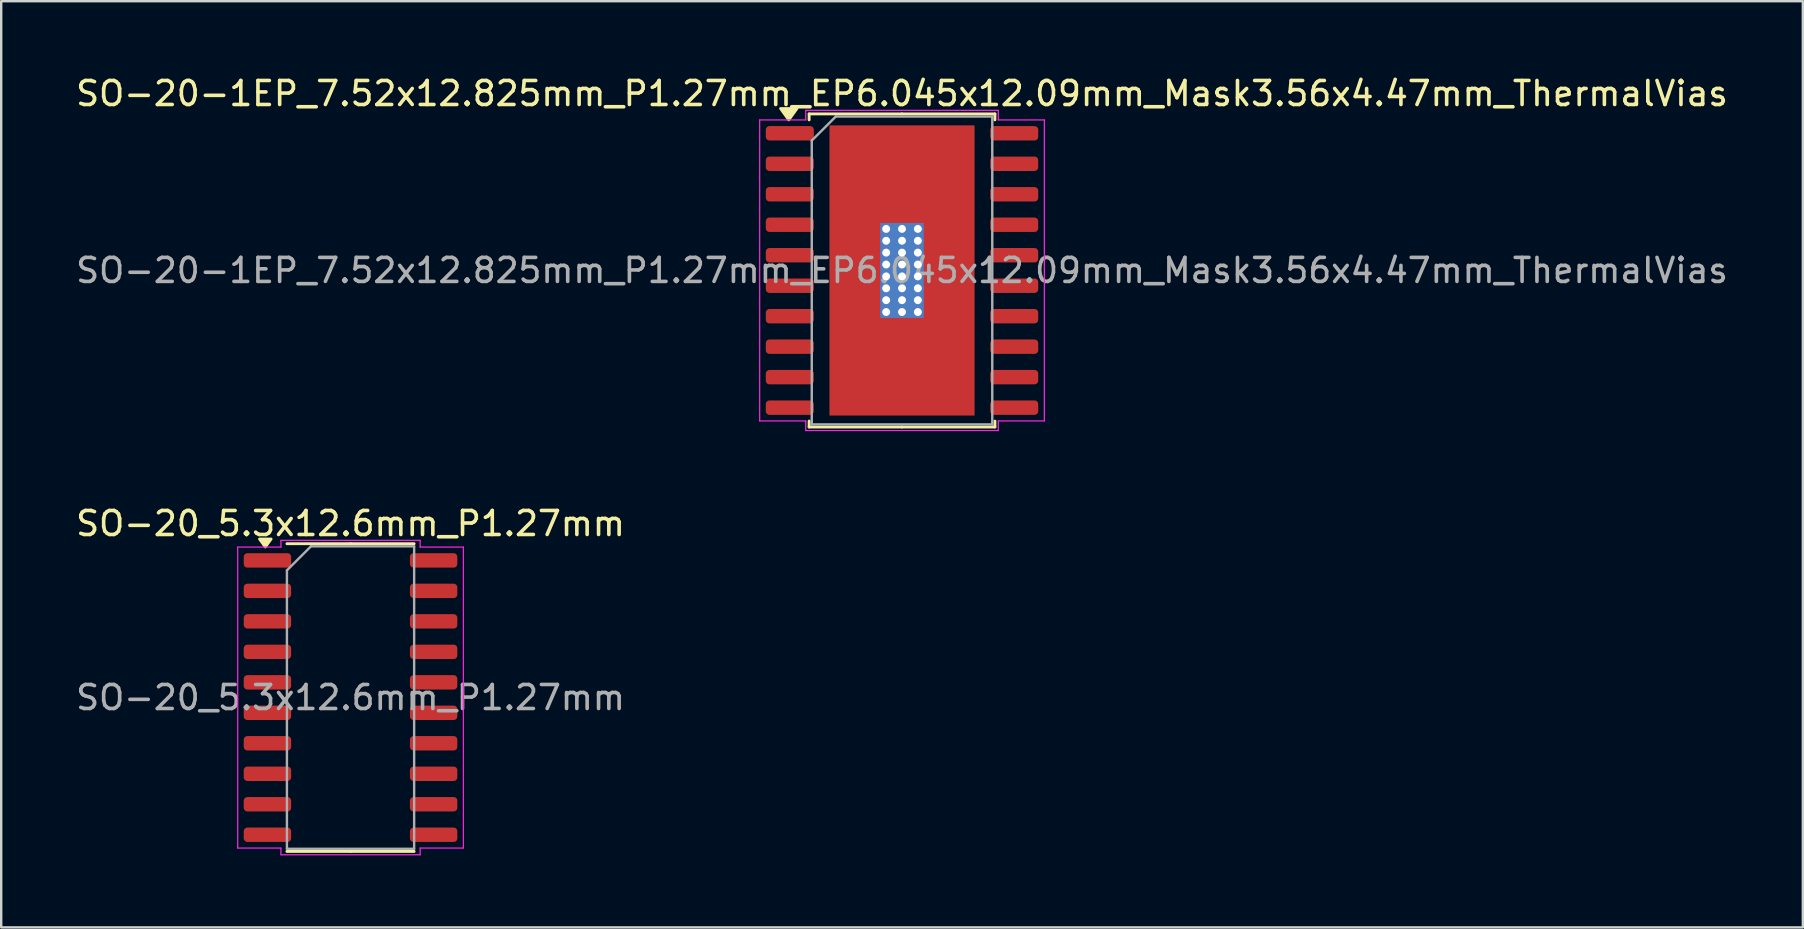
<source format=kicad_pcb>
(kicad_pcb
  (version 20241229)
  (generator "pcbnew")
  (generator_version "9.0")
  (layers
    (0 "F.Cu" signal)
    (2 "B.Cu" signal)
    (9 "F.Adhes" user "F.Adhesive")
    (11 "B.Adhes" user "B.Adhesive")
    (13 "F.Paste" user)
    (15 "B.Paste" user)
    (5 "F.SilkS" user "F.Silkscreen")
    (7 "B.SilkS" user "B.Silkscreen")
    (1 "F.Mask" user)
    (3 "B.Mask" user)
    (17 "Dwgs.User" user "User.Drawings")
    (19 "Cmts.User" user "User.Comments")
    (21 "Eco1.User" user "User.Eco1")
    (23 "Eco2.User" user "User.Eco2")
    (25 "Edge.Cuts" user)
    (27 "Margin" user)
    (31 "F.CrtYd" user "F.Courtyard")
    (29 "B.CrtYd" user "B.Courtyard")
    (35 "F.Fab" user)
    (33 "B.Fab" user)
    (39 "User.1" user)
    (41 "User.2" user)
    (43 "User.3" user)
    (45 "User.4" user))
  (footprint "SO-20-1EP_7.52x12.825mm_P1.27mm_EP6.045x12.09mm_Mask3.56x4.47mm_ThermalVias"
    (layer "F.Cu")
    (at 34.53 8.218)
    (property "Reference" "SO-20-1EP_7.52x12.825mm_P1.27mm_EP6.045x12.09mm_Mask3.56x4.47mm_ThermalVias" (at 0 -7.37 0) (layer "F.SilkS") (effects (font (size 1 1) (thickness 0.15))))
    (attr smd)
    (fp_line (start -3.87 -6.522) (end -3.87 -6.275) (stroke (width 0.12) (type solid)) (layer "F.SilkS"))
    (fp_line (start -3.87 6.522) (end -3.87 6.275) (stroke (width 0.12) (type solid)) (layer "F.SilkS"))
    (fp_line (start 0 -6.522) (end -3.87 -6.522) (stroke (width 0.12) (type solid)) (layer "F.SilkS"))
    (fp_line (start 0 -6.522) (end 3.87 -6.522) (stroke (width 0.12) (type solid)) (layer "F.SilkS"))
    (fp_line (start 0 6.522) (end -3.87 6.522) (stroke (width 0.12) (type solid)) (layer "F.SilkS"))
    (fp_line (start 0 6.522) (end 3.87 6.522) (stroke (width 0.12) (type solid)) (layer "F.SilkS"))
    (fp_line (start 3.87 -6.522) (end 3.87 -6.275) (stroke (width 0.12) (type solid)) (layer "F.SilkS"))
    (fp_line (start 3.87 6.522) (end 3.87 6.275) (stroke (width 0.12) (type solid)) (layer "F.SilkS"))
    (fp_poly (pts (xy -4.718 -6.275) (xy -5.058 -6.745) (xy -4.378 -6.745)) (stroke (width 0.12) (type solid)) (fill yes) (layer "F.SilkS"))
    (fp_line (start -5.93 -6.27) (end -4.01 -6.27) (stroke (width 0.05) (type solid)) (layer "F.CrtYd"))
    (fp_line (start -5.93 6.27) (end -5.93 -6.27) (stroke (width 0.05) (type solid)) (layer "F.CrtYd"))
    (fp_line (start -4.01 -6.67) (end 4.01 -6.67) (stroke (width 0.05) (type solid)) (layer "F.CrtYd"))
    (fp_line (start -4.01 -6.27) (end -4.01 -6.67) (stroke (width 0.05) (type solid)) (layer "F.CrtYd"))
    (fp_line (start -4.01 6.27) (end -5.93 6.27) (stroke (width 0.05) (type solid)) (layer "F.CrtYd"))
    (fp_line (start -4.01 6.67) (end -4.01 6.27) (stroke (width 0.05) (type solid)) (layer "F.CrtYd"))
    (fp_line (start 4.01 -6.67) (end 4.01 -6.27) (stroke (width 0.05) (type solid)) (layer "F.CrtYd"))
    (fp_line (start 4.01 -6.27) (end 5.93 -6.27) (stroke (width 0.05) (type solid)) (layer "F.CrtYd"))
    (fp_line (start 4.01 6.27) (end 4.01 6.67) (stroke (width 0.05) (type solid)) (layer "F.CrtYd"))
    (fp_line (start 4.01 6.67) (end -4.01 6.67) (stroke (width 0.05) (type solid)) (layer "F.CrtYd"))
    (fp_line (start 5.93 -6.27) (end 5.93 6.27) (stroke (width 0.05) (type solid)) (layer "F.CrtYd"))
    (fp_line (start 5.93 6.27) (end 4.01 6.27) (stroke (width 0.05) (type solid)) (layer "F.CrtYd"))
    (fp_line (start -3.76 -5.412) (end -2.76 -6.412) (stroke (width 0.1) (type solid)) (layer "F.Fab"))
    (fp_line (start -3.76 6.412) (end -3.76 -5.412) (stroke (width 0.1) (type solid)) (layer "F.Fab"))
    (fp_line (start -2.76 -6.412) (end 3.76 -6.412) (stroke (width 0.1) (type solid)) (layer "F.Fab"))
    (fp_line (start 3.76 -6.412) (end 3.76 6.412) (stroke (width 0.1) (type solid)) (layer "F.Fab"))
    (fp_line (start 3.76 6.412) (end -3.76 6.412) (stroke (width 0.1) (type solid)) (layer "F.Fab"))
    (fp_text user "${REFERENCE}" (at 0 0 0) (layer "F.Fab") (effects (font (size 1 1) (thickness 0.15))))
    (pad "" smd roundrect (at -0.89 -1.115) (size 1.54 1.94) (layers "F.Paste") (roundrect_rratio 0.162))
    (pad "" smd roundrect (at -0.89 1.115) (size 1.54 1.94) (layers "F.Paste") (roundrect_rratio 0.162))
    (pad "" smd rect (at 0 0) (size 3.56 4.47) (layers "F.Mask"))
    (pad "" smd roundrect (at 0.89 -1.115) (size 1.54 1.94) (layers "F.Paste") (roundrect_rratio 0.162))
    (pad "" smd roundrect (at 0.89 1.115) (size 1.54 1.94) (layers "F.Paste") (roundrect_rratio 0.162))
    (pad "1" smd roundrect (at -4.675 -5.715) (size 2 0.6) (layers "F.Cu" "F.Mask" "F.Paste") (roundrect_rratio 0.25))
    (pad "2" smd roundrect (at -4.675 -4.445) (size 2 0.6) (layers "F.Cu" "F.Mask" "F.Paste") (roundrect_rratio 0.25))
    (pad "3" smd roundrect (at -4.675 -3.175) (size 2 0.6) (layers "F.Cu" "F.Mask" "F.Paste") (roundrect_rratio 0.25))
    (pad "4" smd roundrect (at -4.675 -1.905) (size 2 0.6) (layers "F.Cu" "F.Mask" "F.Paste") (roundrect_rratio 0.25))
    (pad "5" smd roundrect (at -4.675 -0.635) (size 2 0.6) (layers "F.Cu" "F.Mask" "F.Paste") (roundrect_rratio 0.25))
    (pad "6" smd roundrect (at -4.675 0.635) (size 2 0.6) (layers "F.Cu" "F.Mask" "F.Paste") (roundrect_rratio 0.25))
    (pad "7" smd roundrect (at -4.675 1.905) (size 2 0.6) (layers "F.Cu" "F.Mask" "F.Paste") (roundrect_rratio 0.25))
    (pad "8" smd roundrect (at -4.675 3.175) (size 2 0.6) (layers "F.Cu" "F.Mask" "F.Paste") (roundrect_rratio 0.25))
    (pad "9" smd roundrect (at -4.675 4.445) (size 2 0.6) (layers "F.Cu" "F.Mask" "F.Paste") (roundrect_rratio 0.25))
    (pad "10" smd roundrect (at -4.675 5.715) (size 2 0.6) (layers "F.Cu" "F.Mask" "F.Paste") (roundrect_rratio 0.25))
    (pad "11" smd roundrect (at 4.675 5.715) (size 2 0.6) (layers "F.Cu" "F.Mask" "F.Paste") (roundrect_rratio 0.25))
    (pad "12" smd roundrect (at 4.675 4.445) (size 2 0.6) (layers "F.Cu" "F.Mask" "F.Paste") (roundrect_rratio 0.25))
    (pad "13" smd roundrect (at 4.675 3.175) (size 2 0.6) (layers "F.Cu" "F.Mask" "F.Paste") (roundrect_rratio 0.25))
    (pad "14" smd roundrect (at 4.675 1.905) (size 2 0.6) (layers "F.Cu" "F.Mask" "F.Paste") (roundrect_rratio 0.25))
    (pad "15" smd roundrect (at 4.675 0.635) (size 2 0.6) (layers "F.Cu" "F.Mask" "F.Paste") (roundrect_rratio 0.25))
    (pad "16" smd roundrect (at 4.675 -0.635) (size 2 0.6) (layers "F.Cu" "F.Mask" "F.Paste") (roundrect_rratio 0.25))
    (pad "17" smd roundrect (at 4.675 -1.905) (size 2 0.6) (layers "F.Cu" "F.Mask" "F.Paste") (roundrect_rratio 0.25))
    (pad "18" smd roundrect (at 4.675 -3.175) (size 2 0.6) (layers "F.Cu" "F.Mask" "F.Paste") (roundrect_rratio 0.25))
    (pad "19" smd roundrect (at 4.675 -4.445) (size 2 0.6) (layers "F.Cu" "F.Mask" "F.Paste") (roundrect_rratio 0.25))
    (pad "20" smd roundrect (at 4.675 -5.715) (size 2 0.6) (layers "F.Cu" "F.Mask" "F.Paste") (roundrect_rratio 0.25))
    (pad "21" thru_hole circle (at -0.66 -1.732) (size 0.49 0.49) (drill 0.33) (property pad_prop_heatsink) (layers "*.Cu"))
    (pad "21" thru_hole circle (at -0.66 -1.238) (size 0.49 0.49) (drill 0.33) (property pad_prop_heatsink) (layers "*.Cu"))
    (pad "21" thru_hole circle (at -0.66 -0.743) (size 0.49 0.49) (drill 0.33) (property pad_prop_heatsink) (layers "*.Cu"))
    (pad "21" thru_hole circle (at -0.66 -0.247) (size 0.49 0.49) (drill 0.33) (property pad_prop_heatsink) (layers "*.Cu"))
    (pad "21" thru_hole circle (at -0.66 0.247) (size 0.49 0.49) (drill 0.33) (property pad_prop_heatsink) (layers "*.Cu"))
    (pad "21" thru_hole circle (at -0.66 0.743) (size 0.49 0.49) (drill 0.33) (property pad_prop_heatsink) (layers "*.Cu"))
    (pad "21" thru_hole circle (at -0.66 1.238) (size 0.49 0.49) (drill 0.33) (property pad_prop_heatsink) (layers "*.Cu"))
    (pad "21" thru_hole circle (at -0.66 1.732) (size 0.49 0.49) (drill 0.33) (property pad_prop_heatsink) (layers "*.Cu"))
    (pad "21" thru_hole circle (at 0 -1.732) (size 0.49 0.49) (drill 0.33) (property pad_prop_heatsink) (layers "*.Cu"))
    (pad "21" thru_hole circle (at 0 -1.238) (size 0.49 0.49) (drill 0.33) (property pad_prop_heatsink) (layers "*.Cu"))
    (pad "21" thru_hole circle (at 0 -0.743) (size 0.49 0.49) (drill 0.33) (property pad_prop_heatsink) (layers "*.Cu"))
    (pad "21" thru_hole circle (at 0 -0.247) (size 0.49 0.49) (drill 0.33) (property pad_prop_heatsink) (layers "*.Cu"))
    (pad "21" smd rect (at 0 0) (size 1.81 3.955) (property pad_prop_heatsink) (layers "B.Cu"))
    (pad "21" smd rect (at 0 0) (size 6.045 12.09) (property pad_prop_heatsink) (layers "F.Cu"))
    (pad "21" thru_hole circle (at 0 0.247) (size 0.49 0.49) (drill 0.33) (property pad_prop_heatsink) (layers "*.Cu"))
    (pad "21" thru_hole circle (at 0 0.743) (size 0.49 0.49) (drill 0.33) (property pad_prop_heatsink) (layers "*.Cu"))
    (pad "21" thru_hole circle (at 0 1.238) (size 0.49 0.49) (drill 0.33) (property pad_prop_heatsink) (layers "*.Cu"))
    (pad "21" thru_hole circle (at 0 1.732) (size 0.49 0.49) (drill 0.33) (property pad_prop_heatsink) (layers "*.Cu"))
    (pad "21" thru_hole circle (at 0.66 -1.732) (size 0.49 0.49) (drill 0.33) (property pad_prop_heatsink) (layers "*.Cu"))
    (pad "21" thru_hole circle (at 0.66 -1.238) (size 0.49 0.49) (drill 0.33) (property pad_prop_heatsink) (layers "*.Cu"))
    (pad "21" thru_hole circle (at 0.66 -0.743) (size 0.49 0.49) (drill 0.33) (property pad_prop_heatsink) (layers "*.Cu"))
    (pad "21" thru_hole circle (at 0.66 -0.247) (size 0.49 0.49) (drill 0.33) (property pad_prop_heatsink) (layers "*.Cu"))
    (pad "21" thru_hole circle (at 0.66 0.247) (size 0.49 0.49) (drill 0.33) (property pad_prop_heatsink) (layers "*.Cu"))
    (pad "21" thru_hole circle (at 0.66 0.743) (size 0.49 0.49) (drill 0.33) (property pad_prop_heatsink) (layers "*.Cu"))
    (pad "21" thru_hole circle (at 0.66 1.238) (size 0.49 0.49) (drill 0.33) (property pad_prop_heatsink) (layers "*.Cu"))
    (pad "21" thru_hole circle (at 0.66 1.732) (size 0.49 0.49) (drill 0.33) (property pad_prop_heatsink) (layers "*.Cu")))
  (footprint "SO-20_5.3x12.6mm_P1.27mm"
    (layer "F.Cu")
    (at 11.554 26.012)
    (property "Reference" "SO-20_5.3x12.6mm_P1.27mm" (at 0 -7.25 0) (layer "F.SilkS") (effects (font (size 1 1) (thickness 0.15))))
    (attr smd)
    (fp_line (start 0 -6.41) (end -2.65 -6.41) (stroke (width 0.12) (type solid)) (layer "F.SilkS"))
    (fp_line (start 0 -6.41) (end 2.65 -6.41) (stroke (width 0.12) (type solid)) (layer "F.SilkS"))
    (fp_line (start 0 6.41) (end -2.65 6.41) (stroke (width 0.12) (type solid)) (layer "F.SilkS"))
    (fp_line (start 0 6.41) (end 2.65 6.41) (stroke (width 0.12) (type solid)) (layer "F.SilkS"))
    (fp_poly (pts (xy -3.55 -6.275) (xy -3.79 -6.605) (xy -3.31 -6.605)) (stroke (width 0.12) (type solid)) (fill yes) (layer "F.SilkS"))
    (fp_line (start -4.7 -6.27) (end -2.9 -6.27) (stroke (width 0.05) (type solid)) (layer "F.CrtYd"))
    (fp_line (start -4.7 6.27) (end -4.7 -6.27) (stroke (width 0.05) (type solid)) (layer "F.CrtYd"))
    (fp_line (start -2.9 -6.55) (end 2.9 -6.55) (stroke (width 0.05) (type solid)) (layer "F.CrtYd"))
    (fp_line (start -2.9 -6.27) (end -2.9 -6.55) (stroke (width 0.05) (type solid)) (layer "F.CrtYd"))
    (fp_line (start -2.9 6.27) (end -4.7 6.27) (stroke (width 0.05) (type solid)) (layer "F.CrtYd"))
    (fp_line (start -2.9 6.55) (end -2.9 6.27) (stroke (width 0.05) (type solid)) (layer "F.CrtYd"))
    (fp_line (start 2.9 -6.55) (end 2.9 -6.27) (stroke (width 0.05) (type solid)) (layer "F.CrtYd"))
    (fp_line (start 2.9 -6.27) (end 4.7 -6.27) (stroke (width 0.05) (type solid)) (layer "F.CrtYd"))
    (fp_line (start 2.9 6.27) (end 2.9 6.55) (stroke (width 0.05) (type solid)) (layer "F.CrtYd"))
    (fp_line (start 2.9 6.55) (end -2.9 6.55) (stroke (width 0.05) (type solid)) (layer "F.CrtYd"))
    (fp_line (start 4.7 -6.27) (end 4.7 6.27) (stroke (width 0.05) (type solid)) (layer "F.CrtYd"))
    (fp_line (start 4.7 6.27) (end 2.9 6.27) (stroke (width 0.05) (type solid)) (layer "F.CrtYd"))
    (fp_line (start -2.65 -5.3) (end -1.65 -6.3) (stroke (width 0.1) (type solid)) (layer "F.Fab"))
    (fp_line (start -2.65 6.3) (end -2.65 -5.3) (stroke (width 0.1) (type solid)) (layer "F.Fab"))
    (fp_line (start -1.65 -6.3) (end 2.65 -6.3) (stroke (width 0.1) (type solid)) (layer "F.Fab"))
    (fp_line (start 2.65 -6.3) (end 2.65 6.3) (stroke (width 0.1) (type solid)) (layer "F.Fab"))
    (fp_line (start 2.65 6.3) (end -2.65 6.3) (stroke (width 0.1) (type solid)) (layer "F.Fab"))
    (fp_text user "${REFERENCE}" (at 0 0 0) (layer "F.Fab") (effects (font (size 1 1) (thickness 0.15))))
    (pad "1" smd roundrect (at -3.462 -5.715) (size 1.975 0.6) (layers "F.Cu" "F.Mask" "F.Paste") (roundrect_rratio 0.25))
    (pad "2" smd roundrect (at -3.462 -4.445) (size 1.975 0.6) (layers "F.Cu" "F.Mask" "F.Paste") (roundrect_rratio 0.25))
    (pad "3" smd roundrect (at -3.462 -3.175) (size 1.975 0.6) (layers "F.Cu" "F.Mask" "F.Paste") (roundrect_rratio 0.25))
    (pad "4" smd roundrect (at -3.462 -1.905) (size 1.975 0.6) (layers "F.Cu" "F.Mask" "F.Paste") (roundrect_rratio 0.25))
    (pad "5" smd roundrect (at -3.462 -0.635) (size 1.975 0.6) (layers "F.Cu" "F.Mask" "F.Paste") (roundrect_rratio 0.25))
    (pad "6" smd roundrect (at -3.462 0.635) (size 1.975 0.6) (layers "F.Cu" "F.Mask" "F.Paste") (roundrect_rratio 0.25))
    (pad "7" smd roundrect (at -3.462 1.905) (size 1.975 0.6) (layers "F.Cu" "F.Mask" "F.Paste") (roundrect_rratio 0.25))
    (pad "8" smd roundrect (at -3.462 3.175) (size 1.975 0.6) (layers "F.Cu" "F.Mask" "F.Paste") (roundrect_rratio 0.25))
    (pad "9" smd roundrect (at -3.462 4.445) (size 1.975 0.6) (layers "F.Cu" "F.Mask" "F.Paste") (roundrect_rratio 0.25))
    (pad "10" smd roundrect (at -3.462 5.715) (size 1.975 0.6) (layers "F.Cu" "F.Mask" "F.Paste") (roundrect_rratio 0.25))
    (pad "11" smd roundrect (at 3.462 5.715) (size 1.975 0.6) (layers "F.Cu" "F.Mask" "F.Paste") (roundrect_rratio 0.25))
    (pad "12" smd roundrect (at 3.462 4.445) (size 1.975 0.6) (layers "F.Cu" "F.Mask" "F.Paste") (roundrect_rratio 0.25))
    (pad "13" smd roundrect (at 3.462 3.175) (size 1.975 0.6) (layers "F.Cu" "F.Mask" "F.Paste") (roundrect_rratio 0.25))
    (pad "14" smd roundrect (at 3.462 1.905) (size 1.975 0.6) (layers "F.Cu" "F.Mask" "F.Paste") (roundrect_rratio 0.25))
    (pad "15" smd roundrect (at 3.462 0.635) (size 1.975 0.6) (layers "F.Cu" "F.Mask" "F.Paste") (roundrect_rratio 0.25))
    (pad "16" smd roundrect (at 3.462 -0.635) (size 1.975 0.6) (layers "F.Cu" "F.Mask" "F.Paste") (roundrect_rratio 0.25))
    (pad "17" smd roundrect (at 3.462 -1.905) (size 1.975 0.6) (layers "F.Cu" "F.Mask" "F.Paste") (roundrect_rratio 0.25))
    (pad "18" smd roundrect (at 3.462 -3.175) (size 1.975 0.6) (layers "F.Cu" "F.Mask" "F.Paste") (roundrect_rratio 0.25))
    (pad "19" smd roundrect (at 3.462 -4.445) (size 1.975 0.6) (layers "F.Cu" "F.Mask" "F.Paste") (roundrect_rratio 0.25))
    (pad "20" smd roundrect (at 3.462 -5.715) (size 1.975 0.6) (layers "F.Cu" "F.Mask" "F.Paste") (roundrect_rratio 0.25)))
  (gr_rect
    (start -3 -3)
    (end 72.06 35.587)
    (stroke (width 0.1) (type default))
    (fill no)
    (layer "Edge.Cuts")))
</source>
